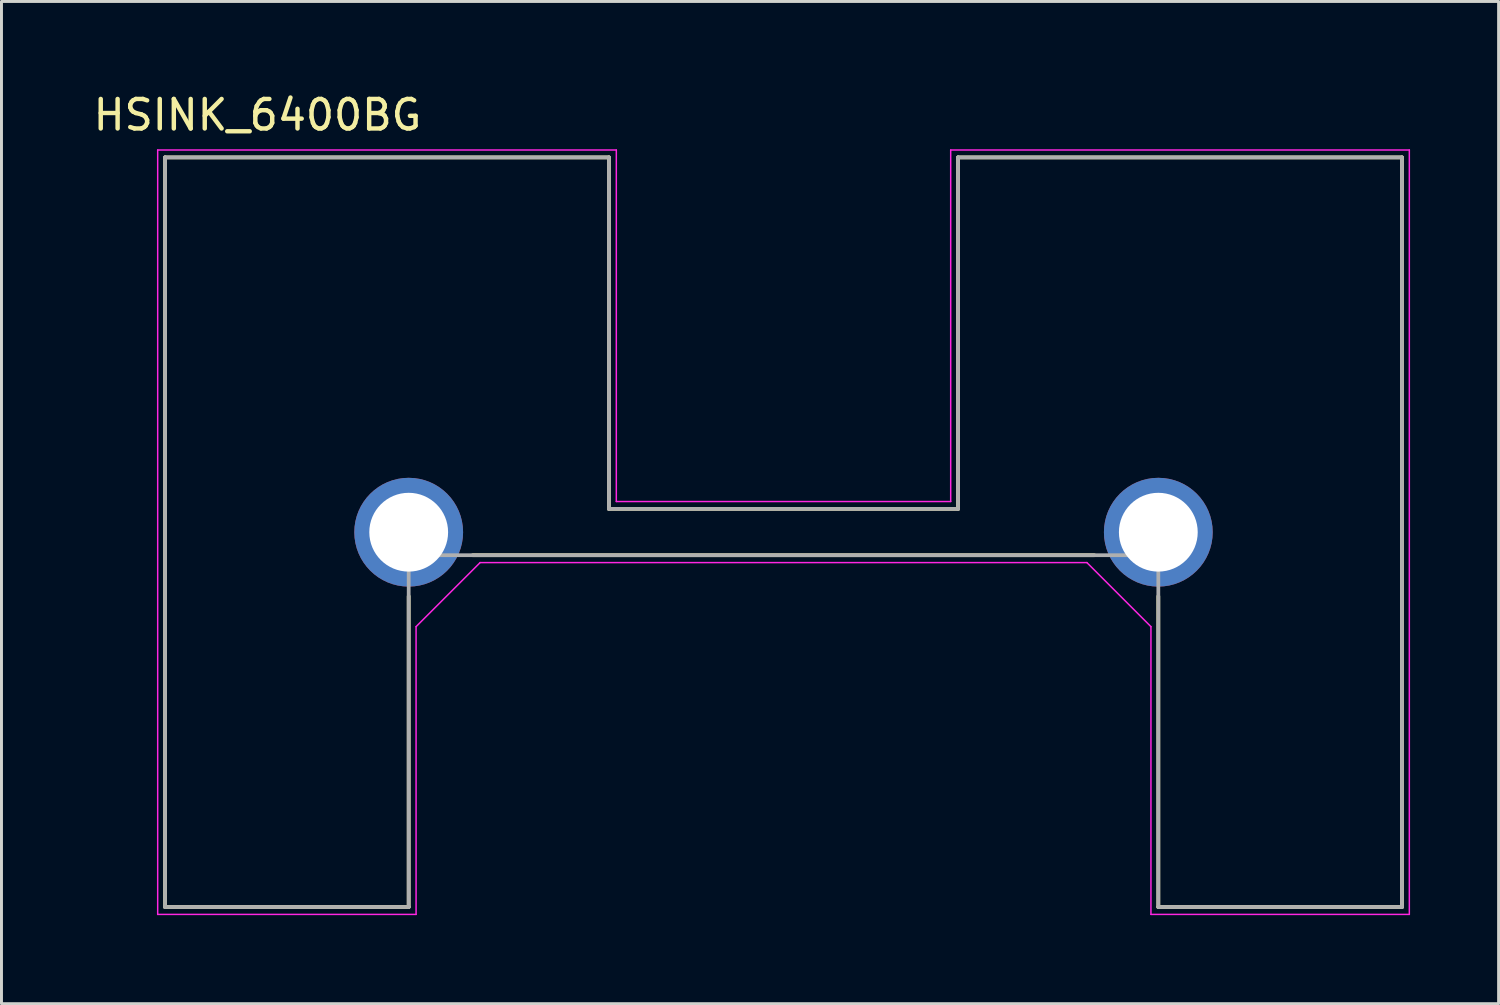
<source format=kicad_pcb>
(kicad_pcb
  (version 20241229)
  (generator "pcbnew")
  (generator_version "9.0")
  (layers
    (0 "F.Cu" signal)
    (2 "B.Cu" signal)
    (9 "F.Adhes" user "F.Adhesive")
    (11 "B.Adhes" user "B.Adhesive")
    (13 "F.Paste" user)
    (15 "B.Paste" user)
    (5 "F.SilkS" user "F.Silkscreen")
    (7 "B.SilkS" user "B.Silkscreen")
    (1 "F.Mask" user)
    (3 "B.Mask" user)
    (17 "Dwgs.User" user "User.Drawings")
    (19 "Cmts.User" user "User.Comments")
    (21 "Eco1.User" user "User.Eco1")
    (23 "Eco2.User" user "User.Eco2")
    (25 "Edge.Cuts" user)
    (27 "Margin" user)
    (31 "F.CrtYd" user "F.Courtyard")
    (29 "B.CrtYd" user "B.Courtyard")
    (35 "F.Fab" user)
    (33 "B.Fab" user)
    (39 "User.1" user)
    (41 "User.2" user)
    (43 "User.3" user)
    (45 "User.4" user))
  (footprint "HSINK_6400BG"
    (layer "F.Cu")
    (at 23.498 14.983)
    (property "Reference" "HSINK_6400BG" (at -17.825 -14.135 0) (layer "F.SilkS") (effects (font (size 1 1) (thickness 0.15))))
    (attr through_hole)
    (fp_line (start -20.955 -12.7) (end -20.955 12.7) (stroke (width 0.127) (type solid)) (layer "F.SilkS"))
    (fp_line (start -20.955 12.7) (end -12.7 12.7) (stroke (width 0.127) (type solid)) (layer "F.SilkS"))
    (fp_line (start -12.7 2.17) (end -12.7 12.7) (stroke (width 0.127) (type solid)) (layer "F.SilkS"))
    (fp_line (start -10.53 0.78) (end 10.53 0.78) (stroke (width 0.127) (type solid)) (layer "F.SilkS"))
    (fp_line (start -5.915 -12.7) (end -20.955 -12.7) (stroke (width 0.127) (type solid)) (layer "F.SilkS"))
    (fp_line (start -5.915 -0.79) (end -5.915 -12.7) (stroke (width 0.127) (type solid)) (layer "F.SilkS"))
    (fp_line (start 5.915 -12.7) (end 5.915 -0.79) (stroke (width 0.127) (type solid)) (layer "F.SilkS"))
    (fp_line (start 5.915 -0.79) (end -5.915 -0.79) (stroke (width 0.127) (type solid)) (layer "F.SilkS"))
    (fp_line (start 12.7 2.17) (end 12.7 12.7) (stroke (width 0.127) (type solid)) (layer "F.SilkS"))
    (fp_line (start 12.7 12.7) (end 20.955 12.7) (stroke (width 0.127) (type solid)) (layer "F.SilkS"))
    (fp_line (start 20.955 -12.7) (end 5.915 -12.7) (stroke (width 0.127) (type solid)) (layer "F.SilkS"))
    (fp_line (start 20.955 12.7) (end 20.955 -12.7) (stroke (width 0.127) (type solid)) (layer "F.SilkS"))
    (fp_line (start -21.205 -12.95) (end -21.205 12.95) (stroke (width 0.05) (type solid)) (layer "F.CrtYd"))
    (fp_line (start -21.205 12.95) (end -12.45 12.95) (stroke (width 0.05) (type solid)) (layer "F.CrtYd"))
    (fp_line (start -12.45 3.2) (end -10.28 1.03) (stroke (width 0.05) (type solid)) (layer "F.CrtYd"))
    (fp_line (start -12.45 12.95) (end -12.45 3.2) (stroke (width 0.05) (type solid)) (layer "F.CrtYd"))
    (fp_line (start -10.28 1.03) (end 10.28 1.03) (stroke (width 0.05) (type solid)) (layer "F.CrtYd"))
    (fp_line (start -5.665 -12.95) (end -21.205 -12.95) (stroke (width 0.05) (type solid)) (layer "F.CrtYd"))
    (fp_line (start -5.665 -1.04) (end -5.665 -12.95) (stroke (width 0.05) (type solid)) (layer "F.CrtYd"))
    (fp_line (start 5.665 -12.95) (end 5.665 -1.04) (stroke (width 0.05) (type solid)) (layer "F.CrtYd"))
    (fp_line (start 5.665 -1.04) (end -5.665 -1.04) (stroke (width 0.05) (type solid)) (layer "F.CrtYd"))
    (fp_line (start 10.28 1.03) (end 12.45 3.2) (stroke (width 0.05) (type solid)) (layer "F.CrtYd"))
    (fp_line (start 12.45 3.2) (end 12.45 12.95) (stroke (width 0.05) (type solid)) (layer "F.CrtYd"))
    (fp_line (start 12.45 12.95) (end 21.205 12.95) (stroke (width 0.05) (type solid)) (layer "F.CrtYd"))
    (fp_line (start 21.205 -12.95) (end 5.665 -12.95) (stroke (width 0.05) (type solid)) (layer "F.CrtYd"))
    (fp_line (start 21.205 12.95) (end 21.205 -12.95) (stroke (width 0.05) (type solid)) (layer "F.CrtYd"))
    (fp_line (start -20.955 -12.7) (end -20.955 12.7) (stroke (width 0.127) (type solid)) (layer "F.Fab"))
    (fp_line (start -20.955 12.7) (end -12.7 12.7) (stroke (width 0.127) (type solid)) (layer "F.Fab"))
    (fp_line (start -12.7 0.78) (end 12.7 0.78) (stroke (width 0.127) (type solid)) (layer "F.Fab"))
    (fp_line (start -12.7 12.7) (end -12.7 0.78) (stroke (width 0.127) (type solid)) (layer "F.Fab"))
    (fp_line (start -5.915 -12.7) (end -20.955 -12.7) (stroke (width 0.127) (type solid)) (layer "F.Fab"))
    (fp_line (start -5.915 -0.79) (end -5.915 -12.7) (stroke (width 0.127) (type solid)) (layer "F.Fab"))
    (fp_line (start 5.915 -12.7) (end 5.915 -0.79) (stroke (width 0.127) (type solid)) (layer "F.Fab"))
    (fp_line (start 5.915 -0.79) (end -5.915 -0.79) (stroke (width 0.127) (type solid)) (layer "F.Fab"))
    (fp_line (start 12.7 0.78) (end 12.7 12.7) (stroke (width 0.127) (type solid)) (layer "F.Fab"))
    (fp_line (start 12.7 12.7) (end 20.955 12.7) (stroke (width 0.127) (type solid)) (layer "F.Fab"))
    (fp_line (start 20.955 -12.7) (end 5.915 -12.7) (stroke (width 0.127) (type solid)) (layer "F.Fab"))
    (fp_line (start 20.955 12.7) (end 20.955 -12.7) (stroke (width 0.127) (type solid)) (layer "F.Fab"))
    (pad "1" thru_hole circle (at -12.7 0) (size 3.686 3.686) (drill 2.67) (layers "*.Cu" "*.Mask"))
    (pad "2" thru_hole circle (at 12.7 0) (size 3.686 3.686) (drill 2.67) (layers "*.Cu" "*.Mask")))
  (gr_rect
    (start -3 -3)
    (end 47.728 30.958)
    (stroke (width 0.1) (type default))
    (fill no)
    (layer "Edge.Cuts")))
</source>
